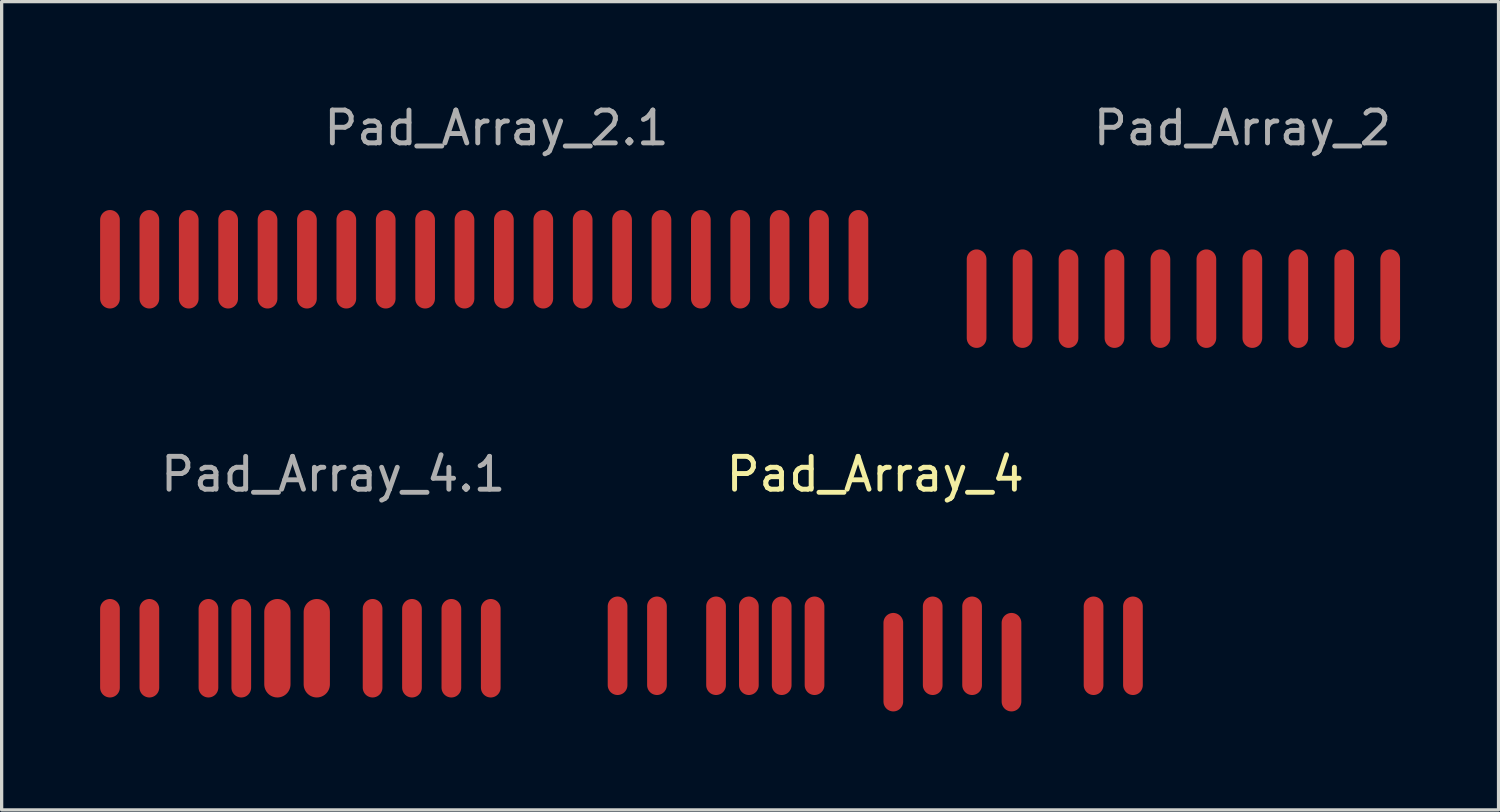
<source format=kicad_pcb>
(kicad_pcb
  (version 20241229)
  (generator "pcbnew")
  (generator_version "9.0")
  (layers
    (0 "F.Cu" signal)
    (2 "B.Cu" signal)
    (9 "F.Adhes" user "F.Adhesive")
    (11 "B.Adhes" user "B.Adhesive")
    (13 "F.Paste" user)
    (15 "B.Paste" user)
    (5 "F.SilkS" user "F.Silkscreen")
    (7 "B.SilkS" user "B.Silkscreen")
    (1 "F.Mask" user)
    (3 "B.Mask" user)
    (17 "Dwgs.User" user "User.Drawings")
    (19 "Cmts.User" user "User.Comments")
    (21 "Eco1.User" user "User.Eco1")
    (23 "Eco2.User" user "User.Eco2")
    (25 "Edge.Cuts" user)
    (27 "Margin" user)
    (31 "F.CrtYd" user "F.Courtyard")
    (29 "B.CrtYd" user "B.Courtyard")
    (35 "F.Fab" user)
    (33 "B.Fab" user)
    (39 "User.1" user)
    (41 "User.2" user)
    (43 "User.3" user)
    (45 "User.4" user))
  (footprint "Pad_Array_4"
    (layer "F.Cu")
    (at 23.638 16.622)
    (property "Reference" "Pad_Array_4" (at -0.025 -5.225 0) (layer "F.SilkS") (effects (font (size 1 1) (thickness 0.15))))
    (attr through_hole)
    (pad "1" smd oval (at -7.875 0 90) (size 3 0.6) (layers "F.Cu" "F.Mask" "F.Paste"))
    (pad "2" smd oval (at -6.675 0 90) (size 3 0.6) (layers "F.Cu" "F.Mask" "F.Paste"))
    (pad "3" smd oval (at -4.875 0 90) (size 3 0.6) (layers "F.Cu" "F.Mask" "F.Paste"))
    (pad "4" smd oval (at -3.875 0 90) (size 3 0.6) (layers "F.Cu" "F.Mask" "F.Paste"))
    (pad "5" smd oval (at -2.875 0 90) (size 3 0.6) (layers "F.Cu" "F.Mask" "F.Paste"))
    (pad "6" smd oval (at -1.875 0 90) (size 3 0.6) (layers "F.Cu" "F.Mask" "F.Paste"))
    (pad "7" smd oval (at 0.525 0.5 90) (size 3 0.6) (layers "F.Cu" "F.Mask" "F.Paste"))
    (pad "8" smd oval (at 1.725 0 90) (size 3 0.6) (layers "F.Cu" "F.Mask" "F.Paste"))
    (pad "9" smd oval (at 2.925 0 90) (size 3 0.6) (layers "F.Cu" "F.Mask" "F.Paste"))
    (pad "10" smd oval (at 4.125 0.5 90) (size 3 0.6) (layers "F.Cu" "F.Mask" "F.Paste"))
    (pad "11" smd oval (at 6.625 0 90) (size 3 0.6) (layers "F.Cu" "F.Mask" "F.Paste"))
    (pad "12" smd oval (at 7.825 0 90) (size 3 0.6) (layers "F.Cu" "F.Mask" "F.Paste")))
  (footprint "Pad_Array_2"
    (layer "F.Cu")
    (at 32.1 6.048)
    (property "Reference" "Pad_Array_2" (at 2.7 -5.2 0) (layer "F.Fab") (effects (font (size 1 1) (thickness 0.15))))
    (attr through_hole)
    (pad "1" smd oval (at -5.4 0 90) (size 3 0.6) (layers "F.Cu" "F.Mask" "F.Paste"))
    (pad "2" smd oval (at -4 0 90) (size 3 0.6) (layers "F.Cu" "F.Mask" "F.Paste"))
    (pad "3" smd oval (at -2.6 0 90) (size 3 0.6) (layers "F.Cu" "F.Mask" "F.Paste"))
    (pad "4" smd oval (at -1.2 0 90) (size 3 0.6) (layers "F.Cu" "F.Mask" "F.Paste"))
    (pad "5" smd oval (at 0.2 0 90) (size 3 0.6) (layers "F.Cu" "F.Mask" "F.Paste"))
    (pad "6" smd oval (at 1.6 0 90) (size 3 0.6) (layers "F.Cu" "F.Mask" "F.Paste"))
    (pad "7" smd oval (at 3 0 90) (size 3 0.6) (layers "F.Cu" "F.Mask" "F.Paste"))
    (pad "8" smd oval (at 4.4 0 90) (size 3 0.6) (layers "F.Cu" "F.Mask" "F.Paste"))
    (pad "9" smd oval (at 5.8 0 90) (size 3 0.6) (layers "F.Cu" "F.Mask" "F.Paste"))
    (pad "10" smd oval (at 7.2 0 90) (size 3 0.6) (layers "F.Cu" "F.Mask" "F.Paste")))
  (footprint "Pad_Array_2.1"
    (layer "F.Cu")
    (at 11.7 4.848)
    (property "Reference" "Pad_Array_2.1" (at 0.375 -4 0) (layer "F.Fab") (effects (font (size 1 1) (thickness 0.15))))
    (attr through_hole)
    (pad "1" smd oval (at -11.4 0 90) (size 3 0.6) (layers "F.Cu" "F.Mask" "F.Paste"))
    (pad "2" smd oval (at -10.2 0 90) (size 3 0.6) (layers "F.Cu" "F.Mask" "F.Paste"))
    (pad "3" smd oval (at -9 0 90) (size 3 0.6) (layers "F.Cu" "F.Mask" "F.Paste"))
    (pad "4" smd oval (at -7.8 0 90) (size 3 0.6) (layers "F.Cu" "F.Mask" "F.Paste"))
    (pad "5" smd oval (at -6.6 0 90) (size 3 0.6) (layers "F.Cu" "F.Mask" "F.Paste"))
    (pad "6" smd oval (at -5.4 0 90) (size 3 0.6) (layers "F.Cu" "F.Mask" "F.Paste"))
    (pad "7" smd oval (at -4.2 0 90) (size 3 0.6) (layers "F.Cu" "F.Mask" "F.Paste"))
    (pad "8" smd oval (at -3 0 90) (size 3 0.6) (layers "F.Cu" "F.Mask" "F.Paste"))
    (pad "9" smd oval (at -1.8 0 90) (size 3 0.6) (layers "F.Cu" "F.Mask" "F.Paste"))
    (pad "10" smd oval (at -0.6 0 90) (size 3 0.6) (layers "F.Cu" "F.Mask" "F.Paste"))
    (pad "11" smd oval (at 0.6 0 90) (size 3 0.6) (layers "F.Cu" "F.Mask" "F.Paste"))
    (pad "12" smd oval (at 1.8 0 90) (size 3 0.6) (layers "F.Cu" "F.Mask" "F.Paste"))
    (pad "13" smd oval (at 3 0 90) (size 3 0.6) (layers "F.Cu" "F.Mask" "F.Paste"))
    (pad "14" smd oval (at 4.2 0 90) (size 3 0.6) (layers "F.Cu" "F.Mask" "F.Paste"))
    (pad "15" smd oval (at 5.4 0 90) (size 3 0.6) (layers "F.Cu" "F.Mask" "F.Paste"))
    (pad "16" smd oval (at 6.6 0 90) (size 3 0.6) (layers "F.Cu" "F.Mask" "F.Paste"))
    (pad "17" smd oval (at 7.8 0 90) (size 3 0.6) (layers "F.Cu" "F.Mask" "F.Paste"))
    (pad "18" smd oval (at 9 0 90) (size 3 0.6) (layers "F.Cu" "F.Mask" "F.Paste"))
    (pad "19" smd oval (at 10.2 0 90) (size 3 0.6) (layers "F.Cu" "F.Mask" "F.Paste"))
    (pad "20" smd oval (at 11.4 0 90) (size 3 0.6) (layers "F.Cu" "F.Mask" "F.Paste")))
  (footprint "Pad_Array_4.1"
    (layer "F.Cu")
    (at 6.625 16.697)
    (property "Reference" "Pad_Array_4.1" (at 0.475 -5.3 0) (layer "F.Fab") (effects (font (size 1 1) (thickness 0.15))))
    (attr through_hole)
    (pad "1" smd oval (at -6.325 0 90) (size 3 0.6) (layers "F.Cu" "F.Mask" "F.Paste"))
    (pad "2" smd oval (at -5.125 0 90) (size 3 0.6) (layers "F.Cu" "F.Mask" "F.Paste"))
    (pad "3" smd oval (at -3.325 0 90) (size 3 0.6) (layers "F.Cu" "F.Mask" "F.Paste"))
    (pad "4" smd oval (at -2.325 0 90) (size 3 0.6) (layers "F.Cu" "F.Mask" "F.Paste"))
    (pad "5" smd oval (at -1.225 0 90) (size 3 0.8) (layers "F.Cu" "F.Mask" "F.Paste"))
    (pad "6" smd oval (at -0.025 0 90) (size 3 0.8) (layers "F.Cu" "F.Mask" "F.Paste"))
    (pad "7" smd oval (at 1.675 0 90) (size 3 0.6) (layers "F.Cu" "F.Mask" "F.Paste"))
    (pad "8" smd oval (at 2.875 0 90) (size 3 0.6) (layers "F.Cu" "F.Mask" "F.Paste"))
    (pad "9" smd oval (at 4.075 0 90) (size 3 0.6) (layers "F.Cu" "F.Mask" "F.Paste"))
    (pad "10" smd oval (at 5.275 0 90) (size 3 0.6) (layers "F.Cu" "F.Mask" "F.Paste")))
  (gr_rect
    (start -3 -3)
    (end 42.6 21.622)
    (stroke (width 0.1) (type default))
    (fill no)
    (layer "Edge.Cuts")))
</source>
